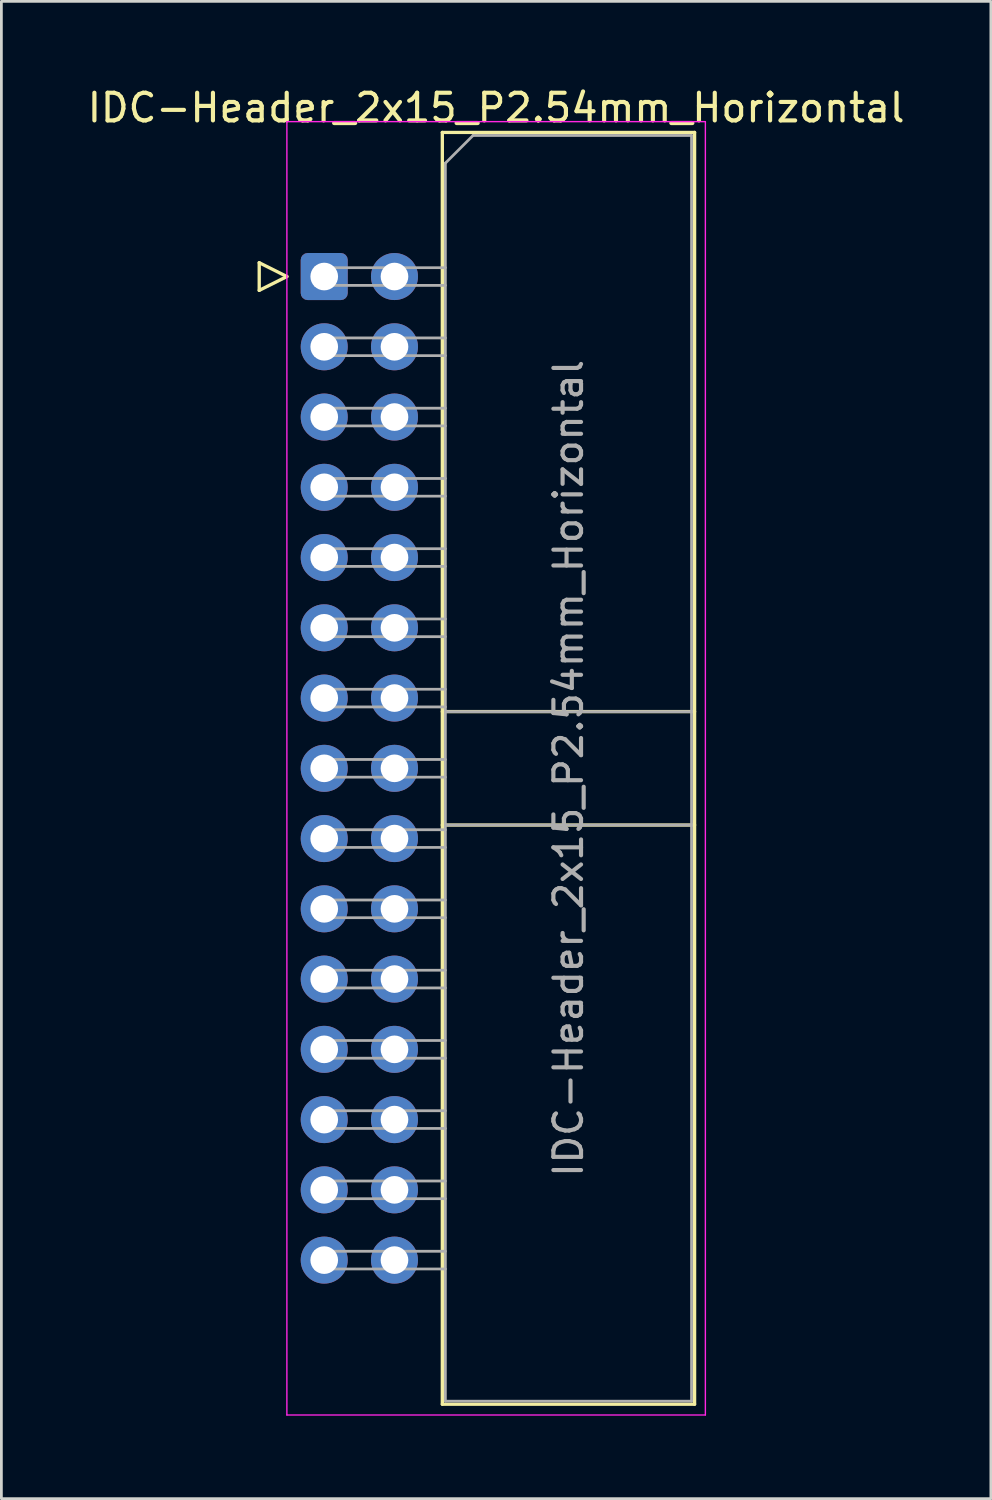
<source format=kicad_pcb>
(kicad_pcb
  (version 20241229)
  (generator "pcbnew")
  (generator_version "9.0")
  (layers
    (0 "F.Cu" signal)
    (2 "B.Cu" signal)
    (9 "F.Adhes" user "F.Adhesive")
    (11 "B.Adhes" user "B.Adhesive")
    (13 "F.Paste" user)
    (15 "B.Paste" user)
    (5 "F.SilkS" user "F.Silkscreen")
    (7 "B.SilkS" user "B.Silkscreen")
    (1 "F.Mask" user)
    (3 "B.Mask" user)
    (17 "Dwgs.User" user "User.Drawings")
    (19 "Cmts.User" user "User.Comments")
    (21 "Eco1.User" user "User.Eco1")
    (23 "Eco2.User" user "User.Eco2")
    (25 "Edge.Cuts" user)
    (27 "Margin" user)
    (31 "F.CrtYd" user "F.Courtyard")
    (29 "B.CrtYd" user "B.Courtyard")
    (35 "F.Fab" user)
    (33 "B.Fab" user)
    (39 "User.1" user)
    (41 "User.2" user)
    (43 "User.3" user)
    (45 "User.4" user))
  (footprint "IDC-Header_2x15_P2.54mm_Horizontal"
    (layer "F.Cu")
    (at 8.672 6.948)
    (property "Reference" "IDC-Header_2x15_P2.54mm_Horizontal" (at 6.215 -6.1 0) (layer "F.SilkS") (effects (font (size 1 1) (thickness 0.15))))
    (attr through_hole)
    (fp_line (start -2.35 -0.5) (end -2.35 0.5) (stroke (width 0.12) (type solid)) (layer "F.SilkS"))
    (fp_line (start -2.35 0.5) (end -1.35 0) (stroke (width 0.12) (type solid)) (layer "F.SilkS"))
    (fp_line (start -1.35 0) (end -2.35 -0.5) (stroke (width 0.12) (type solid)) (layer "F.SilkS"))
    (fp_line (start 4.27 -5.21) (end 13.39 -5.21) (stroke (width 0.12) (type solid)) (layer "F.SilkS"))
    (fp_line (start 4.27 15.73) (end 13.39 15.73) (stroke (width 0.12) (type solid)) (layer "F.SilkS"))
    (fp_line (start 4.27 19.83) (end 13.39 19.83) (stroke (width 0.12) (type solid)) (layer "F.SilkS"))
    (fp_line (start 4.27 40.77) (end 4.27 -5.21) (stroke (width 0.12) (type solid)) (layer "F.SilkS"))
    (fp_line (start 13.39 -5.21) (end 13.39 40.77) (stroke (width 0.12) (type solid)) (layer "F.SilkS"))
    (fp_line (start 13.39 40.77) (end 4.27 40.77) (stroke (width 0.12) (type solid)) (layer "F.SilkS"))
    (fp_line (start -1.35 -5.6) (end -1.35 41.16) (stroke (width 0.05) (type solid)) (layer "F.CrtYd"))
    (fp_line (start -1.35 41.16) (end 13.78 41.16) (stroke (width 0.05) (type solid)) (layer "F.CrtYd"))
    (fp_line (start 13.78 -5.6) (end -1.35 -5.6) (stroke (width 0.05) (type solid)) (layer "F.CrtYd"))
    (fp_line (start 13.78 41.16) (end 13.78 -5.6) (stroke (width 0.05) (type solid)) (layer "F.CrtYd"))
    (fp_line (start -0.32 -0.32) (end -0.32 0.32) (stroke (width 0.1) (type solid)) (layer "F.Fab"))
    (fp_line (start -0.32 0.32) (end 4.38 0.32) (stroke (width 0.1) (type solid)) (layer "F.Fab"))
    (fp_line (start -0.32 2.22) (end -0.32 2.86) (stroke (width 0.1) (type solid)) (layer "F.Fab"))
    (fp_line (start -0.32 2.86) (end 4.38 2.86) (stroke (width 0.1) (type solid)) (layer "F.Fab"))
    (fp_line (start -0.32 4.76) (end -0.32 5.4) (stroke (width 0.1) (type solid)) (layer "F.Fab"))
    (fp_line (start -0.32 5.4) (end 4.38 5.4) (stroke (width 0.1) (type solid)) (layer "F.Fab"))
    (fp_line (start -0.32 7.3) (end -0.32 7.94) (stroke (width 0.1) (type solid)) (layer "F.Fab"))
    (fp_line (start -0.32 7.94) (end 4.38 7.94) (stroke (width 0.1) (type solid)) (layer "F.Fab"))
    (fp_line (start -0.32 9.84) (end -0.32 10.48) (stroke (width 0.1) (type solid)) (layer "F.Fab"))
    (fp_line (start -0.32 10.48) (end 4.38 10.48) (stroke (width 0.1) (type solid)) (layer "F.Fab"))
    (fp_line (start -0.32 12.38) (end -0.32 13.02) (stroke (width 0.1) (type solid)) (layer "F.Fab"))
    (fp_line (start -0.32 13.02) (end 4.38 13.02) (stroke (width 0.1) (type solid)) (layer "F.Fab"))
    (fp_line (start -0.32 14.92) (end -0.32 15.56) (stroke (width 0.1) (type solid)) (layer "F.Fab"))
    (fp_line (start -0.32 15.56) (end 4.38 15.56) (stroke (width 0.1) (type solid)) (layer "F.Fab"))
    (fp_line (start -0.32 17.46) (end -0.32 18.1) (stroke (width 0.1) (type solid)) (layer "F.Fab"))
    (fp_line (start -0.32 18.1) (end 4.38 18.1) (stroke (width 0.1) (type solid)) (layer "F.Fab"))
    (fp_line (start -0.32 20) (end -0.32 20.64) (stroke (width 0.1) (type solid)) (layer "F.Fab"))
    (fp_line (start -0.32 20.64) (end 4.38 20.64) (stroke (width 0.1) (type solid)) (layer "F.Fab"))
    (fp_line (start -0.32 22.54) (end -0.32 23.18) (stroke (width 0.1) (type solid)) (layer "F.Fab"))
    (fp_line (start -0.32 23.18) (end 4.38 23.18) (stroke (width 0.1) (type solid)) (layer "F.Fab"))
    (fp_line (start -0.32 25.08) (end -0.32 25.72) (stroke (width 0.1) (type solid)) (layer "F.Fab"))
    (fp_line (start -0.32 25.72) (end 4.38 25.72) (stroke (width 0.1) (type solid)) (layer "F.Fab"))
    (fp_line (start -0.32 27.62) (end -0.32 28.26) (stroke (width 0.1) (type solid)) (layer "F.Fab"))
    (fp_line (start -0.32 28.26) (end 4.38 28.26) (stroke (width 0.1) (type solid)) (layer "F.Fab"))
    (fp_line (start -0.32 30.16) (end -0.32 30.8) (stroke (width 0.1) (type solid)) (layer "F.Fab"))
    (fp_line (start -0.32 30.8) (end 4.38 30.8) (stroke (width 0.1) (type solid)) (layer "F.Fab"))
    (fp_line (start -0.32 32.7) (end -0.32 33.34) (stroke (width 0.1) (type solid)) (layer "F.Fab"))
    (fp_line (start -0.32 33.34) (end 4.38 33.34) (stroke (width 0.1) (type solid)) (layer "F.Fab"))
    (fp_line (start -0.32 35.24) (end -0.32 35.88) (stroke (width 0.1) (type solid)) (layer "F.Fab"))
    (fp_line (start -0.32 35.88) (end 4.38 35.88) (stroke (width 0.1) (type solid)) (layer "F.Fab"))
    (fp_line (start 4.38 -4.1) (end 5.38 -5.1) (stroke (width 0.1) (type solid)) (layer "F.Fab"))
    (fp_line (start 4.38 -0.32) (end -0.32 -0.32) (stroke (width 0.1) (type solid)) (layer "F.Fab"))
    (fp_line (start 4.38 2.22) (end -0.32 2.22) (stroke (width 0.1) (type solid)) (layer "F.Fab"))
    (fp_line (start 4.38 4.76) (end -0.32 4.76) (stroke (width 0.1) (type solid)) (layer "F.Fab"))
    (fp_line (start 4.38 7.3) (end -0.32 7.3) (stroke (width 0.1) (type solid)) (layer "F.Fab"))
    (fp_line (start 4.38 9.84) (end -0.32 9.84) (stroke (width 0.1) (type solid)) (layer "F.Fab"))
    (fp_line (start 4.38 12.38) (end -0.32 12.38) (stroke (width 0.1) (type solid)) (layer "F.Fab"))
    (fp_line (start 4.38 14.92) (end -0.32 14.92) (stroke (width 0.1) (type solid)) (layer "F.Fab"))
    (fp_line (start 4.38 15.73) (end 13.28 15.73) (stroke (width 0.1) (type solid)) (layer "F.Fab"))
    (fp_line (start 4.38 17.46) (end -0.32 17.46) (stroke (width 0.1) (type solid)) (layer "F.Fab"))
    (fp_line (start 4.38 19.83) (end 13.28 19.83) (stroke (width 0.1) (type solid)) (layer "F.Fab"))
    (fp_line (start 4.38 20) (end -0.32 20) (stroke (width 0.1) (type solid)) (layer "F.Fab"))
    (fp_line (start 4.38 22.54) (end -0.32 22.54) (stroke (width 0.1) (type solid)) (layer "F.Fab"))
    (fp_line (start 4.38 25.08) (end -0.32 25.08) (stroke (width 0.1) (type solid)) (layer "F.Fab"))
    (fp_line (start 4.38 27.62) (end -0.32 27.62) (stroke (width 0.1) (type solid)) (layer "F.Fab"))
    (fp_line (start 4.38 30.16) (end -0.32 30.16) (stroke (width 0.1) (type solid)) (layer "F.Fab"))
    (fp_line (start 4.38 32.7) (end -0.32 32.7) (stroke (width 0.1) (type solid)) (layer "F.Fab"))
    (fp_line (start 4.38 35.24) (end -0.32 35.24) (stroke (width 0.1) (type solid)) (layer "F.Fab"))
    (fp_line (start 4.38 40.66) (end 4.38 -4.1) (stroke (width 0.1) (type solid)) (layer "F.Fab"))
    (fp_line (start 5.38 -5.1) (end 13.28 -5.1) (stroke (width 0.1) (type solid)) (layer "F.Fab"))
    (fp_line (start 13.28 -5.1) (end 13.28 40.66) (stroke (width 0.1) (type solid)) (layer "F.Fab"))
    (fp_line (start 13.28 40.66) (end 4.38 40.66) (stroke (width 0.1) (type solid)) (layer "F.Fab"))
    (fp_text user "${REFERENCE}" (at 8.83 17.78 90) (layer "F.Fab") (effects (font (size 1 1) (thickness 0.15))))
    (pad "1" thru_hole roundrect (at 0 0) (size 1.7 1.7) (drill 1) (layers "*.Cu" "*.Mask") (roundrect_rratio 0.147))
    (pad "2" thru_hole circle (at 2.54 0) (size 1.7 1.7) (drill 1) (layers "*.Cu" "*.Mask"))
    (pad "3" thru_hole circle (at 0 2.54) (size 1.7 1.7) (drill 1) (layers "*.Cu" "*.Mask"))
    (pad "4" thru_hole circle (at 2.54 2.54) (size 1.7 1.7) (drill 1) (layers "*.Cu" "*.Mask"))
    (pad "5" thru_hole circle (at 0 5.08) (size 1.7 1.7) (drill 1) (layers "*.Cu" "*.Mask"))
    (pad "6" thru_hole circle (at 2.54 5.08) (size 1.7 1.7) (drill 1) (layers "*.Cu" "*.Mask"))
    (pad "7" thru_hole circle (at 0 7.62) (size 1.7 1.7) (drill 1) (layers "*.Cu" "*.Mask"))
    (pad "8" thru_hole circle (at 2.54 7.62) (size 1.7 1.7) (drill 1) (layers "*.Cu" "*.Mask"))
    (pad "9" thru_hole circle (at 0 10.16) (size 1.7 1.7) (drill 1) (layers "*.Cu" "*.Mask"))
    (pad "10" thru_hole circle (at 2.54 10.16) (size 1.7 1.7) (drill 1) (layers "*.Cu" "*.Mask"))
    (pad "11" thru_hole circle (at 0 12.7) (size 1.7 1.7) (drill 1) (layers "*.Cu" "*.Mask"))
    (pad "12" thru_hole circle (at 2.54 12.7) (size 1.7 1.7) (drill 1) (layers "*.Cu" "*.Mask"))
    (pad "13" thru_hole circle (at 0 15.24) (size 1.7 1.7) (drill 1) (layers "*.Cu" "*.Mask"))
    (pad "14" thru_hole circle (at 2.54 15.24) (size 1.7 1.7) (drill 1) (layers "*.Cu" "*.Mask"))
    (pad "15" thru_hole circle (at 0 17.78) (size 1.7 1.7) (drill 1) (layers "*.Cu" "*.Mask"))
    (pad "16" thru_hole circle (at 2.54 17.78) (size 1.7 1.7) (drill 1) (layers "*.Cu" "*.Mask"))
    (pad "17" thru_hole circle (at 0 20.32) (size 1.7 1.7) (drill 1) (layers "*.Cu" "*.Mask"))
    (pad "18" thru_hole circle (at 2.54 20.32) (size 1.7 1.7) (drill 1) (layers "*.Cu" "*.Mask"))
    (pad "19" thru_hole circle (at 0 22.86) (size 1.7 1.7) (drill 1) (layers "*.Cu" "*.Mask"))
    (pad "20" thru_hole circle (at 2.54 22.86) (size 1.7 1.7) (drill 1) (layers "*.Cu" "*.Mask"))
    (pad "21" thru_hole circle (at 0 25.4) (size 1.7 1.7) (drill 1) (layers "*.Cu" "*.Mask"))
    (pad "22" thru_hole circle (at 2.54 25.4) (size 1.7 1.7) (drill 1) (layers "*.Cu" "*.Mask"))
    (pad "23" thru_hole circle (at 0 27.94) (size 1.7 1.7) (drill 1) (layers "*.Cu" "*.Mask"))
    (pad "24" thru_hole circle (at 2.54 27.94) (size 1.7 1.7) (drill 1) (layers "*.Cu" "*.Mask"))
    (pad "25" thru_hole circle (at 0 30.48) (size 1.7 1.7) (drill 1) (layers "*.Cu" "*.Mask"))
    (pad "26" thru_hole circle (at 2.54 30.48) (size 1.7 1.7) (drill 1) (layers "*.Cu" "*.Mask"))
    (pad "27" thru_hole circle (at 0 33.02) (size 1.7 1.7) (drill 1) (layers "*.Cu" "*.Mask"))
    (pad "28" thru_hole circle (at 2.54 33.02) (size 1.7 1.7) (drill 1) (layers "*.Cu" "*.Mask"))
    (pad "29" thru_hole circle (at 0 35.56) (size 1.7 1.7) (drill 1) (layers "*.Cu" "*.Mask"))
    (pad "30" thru_hole circle (at 2.54 35.56) (size 1.7 1.7) (drill 1) (layers "*.Cu" "*.Mask")))
  (gr_rect
    (start -3 -3)
    (end 32.774 51.133)
    (stroke (width 0.1) (type default))
    (fill no)
    (layer "Edge.Cuts")))
</source>
